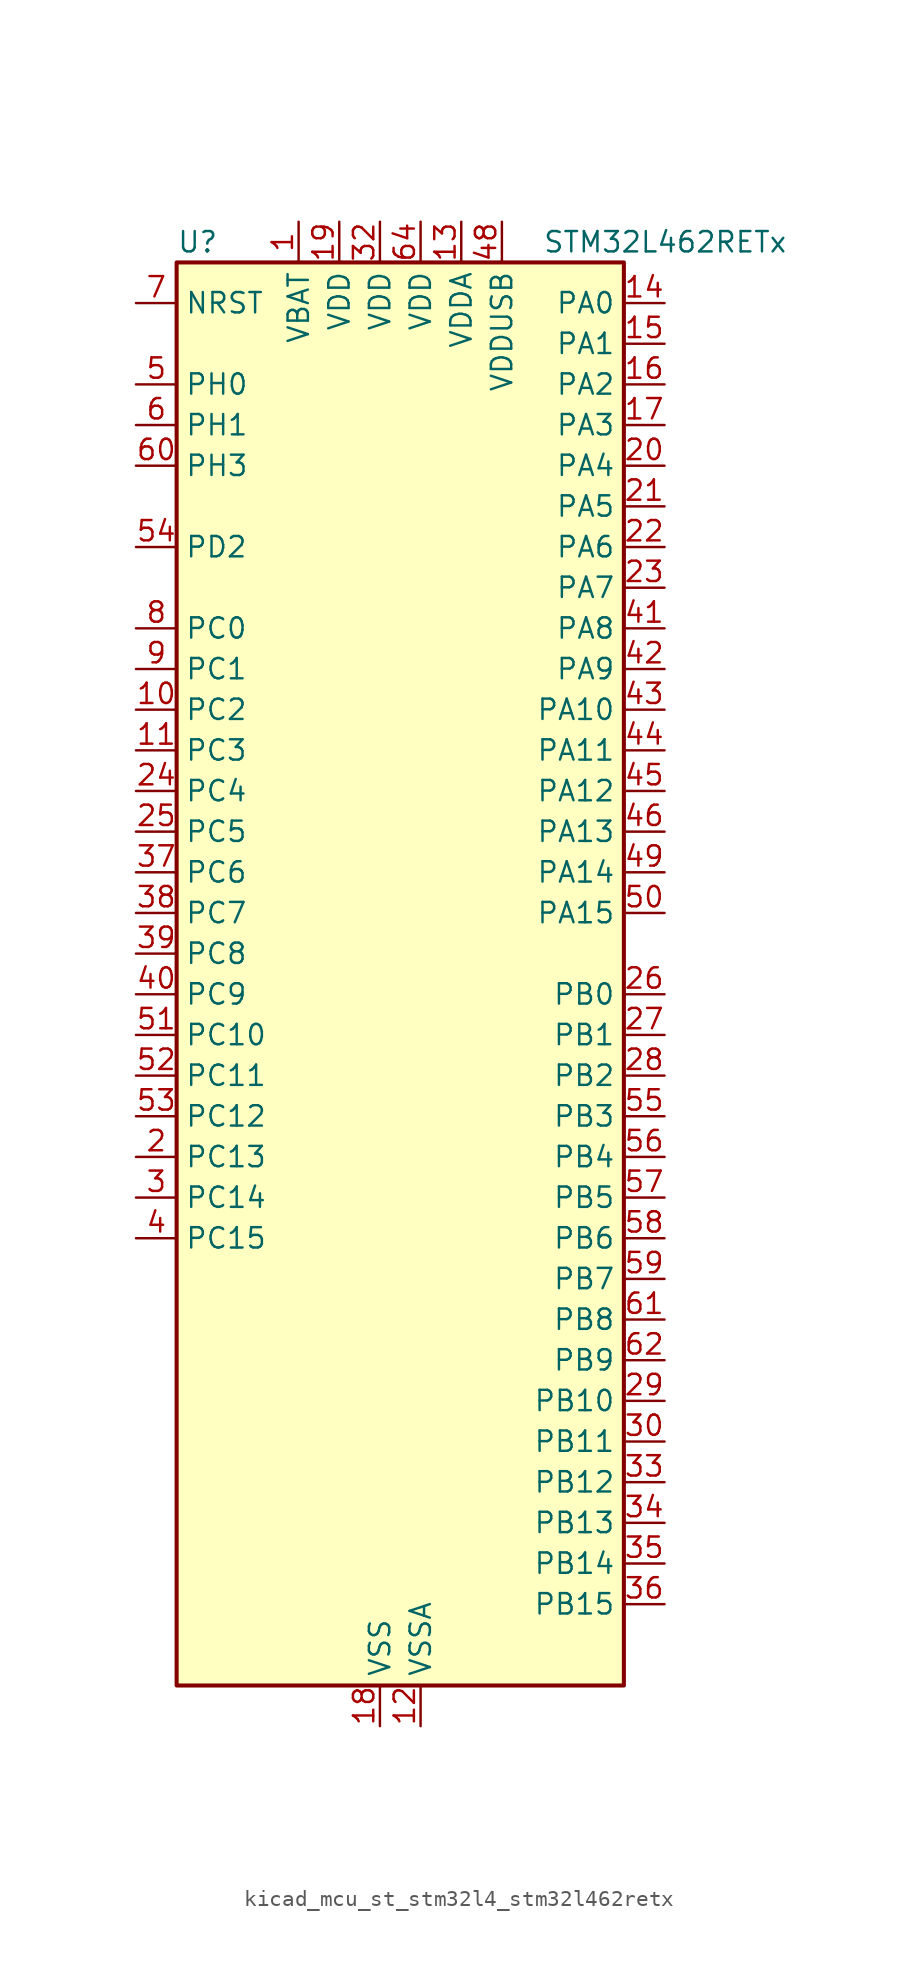
<source format=kicad_sym>
(kicad_symbol_lib
  (version 20220914)
  (generator kicad_symbol_editor)
  (symbol "kicad_mcu_st_stm32l4_stm32l462retx"
    (property "Reference" "U"
      (at -12.7 46.99 0)
      (effects (font (size 1.27 1.27)) (justify left)))
    (property "Value" "STM32L462RETx"
      (at 10.16 46.99 0)
      (effects (font (size 1.27 1.27)) (justify left)))
    (property "ki_locked" ""
      (at 0 0 0)
      (effects (font (size 1.27 1.27))))
    (symbol "kicad_mcu_st_stm32l4_stm32l462retx_0_1"
      (rectangle (start -12.7 -43.18) (end 15.24 45.72) (stroke (width 0.254) (type default)) (fill (type background))))
    (symbol "kicad_mcu_st_stm32l4_stm32l462retx_1_1"
      (pin power_in line (at -5.08 48.26 270) (length 2.54) (name "VBAT" (effects (font (size 1.27 1.27)))) (number "1" (effects (font (size 1.27 1.27)))))
      (pin bidirectional line (at -15.24 17.78 0) (length 2.54) (name "PC2" (effects (font (size 1.27 1.27)))) (number "10" (effects (font (size 1.27 1.27)))) (alternate "ADC1_IN3" bidirectional line) (alternate "DFSDM1_CKOUT" bidirectional line) (alternate "LPTIM1_IN2" bidirectional line) (alternate "SPI2_MISO" bidirectional line))
      (pin bidirectional line (at -15.24 15.24 0) (length 2.54) (name "PC3" (effects (font (size 1.27 1.27)))) (number "11" (effects (font (size 1.27 1.27)))) (alternate "ADC1_IN4" bidirectional line) (alternate "LPTIM1_ETR" bidirectional line) (alternate "LPTIM2_ETR" bidirectional line) (alternate "SAI1_SD_A" bidirectional line) (alternate "SPI2_MOSI" bidirectional line))
      (pin power_in line (at 2.54 -45.72 90) (length 2.54) (name "VSSA" (effects (font (size 1.27 1.27)))) (number "12" (effects (font (size 1.27 1.27)))))
      (pin power_in line (at 5.08 48.26 270) (length 2.54) (name "VDDA" (effects (font (size 1.27 1.27)))) (number "13" (effects (font (size 1.27 1.27)))))
      (pin bidirectional line (at 17.78 43.18 180) (length 2.54) (name "PA0" (effects (font (size 1.27 1.27)))) (number "14" (effects (font (size 1.27 1.27)))) (alternate "ADC1_IN5" bidirectional line) (alternate "COMP1_INM" bidirectional line) (alternate "COMP1_OUT" bidirectional line) (alternate "OPAMP1_VINP" bidirectional line) (alternate "RTC_TAMP2" bidirectional line) (alternate "SAI1_EXTCLK" bidirectional line) (alternate "SYS_WKUP1" bidirectional line) (alternate "TIM2_CH1" bidirectional line) (alternate "TIM2_ETR" bidirectional line) (alternate "UART4_TX" bidirectional line) (alternate "USART2_CTS" bidirectional line))
      (pin bidirectional line (at 17.78 40.64 180) (length 2.54) (name "PA1" (effects (font (size 1.27 1.27)))) (number "15" (effects (font (size 1.27 1.27)))) (alternate "ADC1_IN6" bidirectional line) (alternate "COMP1_INP" bidirectional line) (alternate "I2C1_SMBA" bidirectional line) (alternate "OPAMP1_VINM" bidirectional line) (alternate "SPI1_SCK" bidirectional line) (alternate "TIM15_CH1N" bidirectional line) (alternate "TIM2_CH2" bidirectional line) (alternate "UART4_RX" bidirectional line) (alternate "USART2_DE" bidirectional line) (alternate "USART2_RTS" bidirectional line))
      (pin bidirectional line (at 17.78 38.1 180) (length 2.54) (name "PA2" (effects (font (size 1.27 1.27)))) (number "16" (effects (font (size 1.27 1.27)))) (alternate "ADC1_IN7" bidirectional line) (alternate "COMP2_INM" bidirectional line) (alternate "COMP2_OUT" bidirectional line) (alternate "LPUART1_TX" bidirectional line) (alternate "QUADSPI_BK1_NCS" bidirectional line) (alternate "RCC_LSCO" bidirectional line) (alternate "SYS_WKUP4" bidirectional line) (alternate "TIM15_CH1" bidirectional line) (alternate "TIM2_CH3" bidirectional line) (alternate "USART2_TX" bidirectional line))
      (pin bidirectional line (at 17.78 35.56 180) (length 2.54) (name "PA3" (effects (font (size 1.27 1.27)))) (number "17" (effects (font (size 1.27 1.27)))) (alternate "ADC1_IN8" bidirectional line) (alternate "COMP2_INP" bidirectional line) (alternate "LPUART1_RX" bidirectional line) (alternate "OPAMP1_VOUT" bidirectional line) (alternate "QUADSPI_CLK" bidirectional line) (alternate "SAI1_MCLK_A" bidirectional line) (alternate "TIM15_CH2" bidirectional line) (alternate "TIM2_CH4" bidirectional line) (alternate "USART2_RX" bidirectional line))
      (pin power_in line (at 0 -45.72 90) (length 2.54) (name "VSS" (effects (font (size 1.27 1.27)))) (number "18" (effects (font (size 1.27 1.27)))))
      (pin power_in line (at -2.54 48.26 270) (length 2.54) (name "VDD" (effects (font (size 1.27 1.27)))) (number "19" (effects (font (size 1.27 1.27)))))
      (pin bidirectional line (at -15.24 -10.16 0) (length 2.54) (name "PC13" (effects (font (size 1.27 1.27)))) (number "2" (effects (font (size 1.27 1.27)))) (alternate "RTC_OUT_ALARM" bidirectional line) (alternate "RTC_OUT_CALIB" bidirectional line) (alternate "RTC_TAMP1" bidirectional line) (alternate "RTC_TS" bidirectional line) (alternate "SYS_WKUP2" bidirectional line))
      (pin bidirectional line (at 17.78 33.02 180) (length 2.54) (name "PA4" (effects (font (size 1.27 1.27)))) (number "20" (effects (font (size 1.27 1.27)))) (alternate "ADC1_IN9" bidirectional line) (alternate "COMP1_INM" bidirectional line) (alternate "COMP2_INM" bidirectional line) (alternate "DAC1_OUT1" bidirectional line) (alternate "LPTIM2_OUT" bidirectional line) (alternate "SAI1_FS_B" bidirectional line) (alternate "SPI1_NSS" bidirectional line) (alternate "SPI3_NSS" bidirectional line) (alternate "USART2_CK" bidirectional line))
      (pin bidirectional line (at 17.78 30.48 180) (length 2.54) (name "PA5" (effects (font (size 1.27 1.27)))) (number "21" (effects (font (size 1.27 1.27)))) (alternate "ADC1_IN10" bidirectional line) (alternate "COMP1_INM" bidirectional line) (alternate "COMP2_INM" bidirectional line) (alternate "DFSDM1_CKOUT" bidirectional line) (alternate "LPTIM2_ETR" bidirectional line) (alternate "SPI1_SCK" bidirectional line) (alternate "TIM2_CH1" bidirectional line) (alternate "TIM2_ETR" bidirectional line))
      (pin bidirectional line (at 17.78 27.94 180) (length 2.54) (name "PA6" (effects (font (size 1.27 1.27)))) (number "22" (effects (font (size 1.27 1.27)))) (alternate "ADC1_IN11" bidirectional line) (alternate "COMP1_OUT" bidirectional line) (alternate "LPUART1_CTS" bidirectional line) (alternate "QUADSPI_BK1_IO3" bidirectional line) (alternate "SPI1_MISO" bidirectional line) (alternate "TIM16_CH1" bidirectional line) (alternate "TIM1_BKIN" bidirectional line) (alternate "TIM1_BKIN_COMP2" bidirectional line) (alternate "TIM3_CH1" bidirectional line) (alternate "USART3_CTS" bidirectional line))
      (pin bidirectional line (at 17.78 25.4 180) (length 2.54) (name "PA7" (effects (font (size 1.27 1.27)))) (number "23" (effects (font (size 1.27 1.27)))) (alternate "ADC1_IN12" bidirectional line) (alternate "COMP2_OUT" bidirectional line) (alternate "DFSDM1_DATIN0" bidirectional line) (alternate "I2C3_SCL" bidirectional line) (alternate "QUADSPI_BK1_IO2" bidirectional line) (alternate "SPI1_MOSI" bidirectional line) (alternate "TIM1_CH1N" bidirectional line) (alternate "TIM3_CH2" bidirectional line))
      (pin bidirectional line (at -15.24 12.7 0) (length 2.54) (name "PC4" (effects (font (size 1.27 1.27)))) (number "24" (effects (font (size 1.27 1.27)))) (alternate "ADC1_IN13" bidirectional line) (alternate "COMP1_INM" bidirectional line) (alternate "USART3_TX" bidirectional line))
      (pin bidirectional line (at -15.24 10.16 0) (length 2.54) (name "PC5" (effects (font (size 1.27 1.27)))) (number "25" (effects (font (size 1.27 1.27)))) (alternate "ADC1_IN14" bidirectional line) (alternate "COMP1_INP" bidirectional line) (alternate "SYS_WKUP5" bidirectional line) (alternate "USART3_RX" bidirectional line))
      (pin bidirectional line (at 17.78 0 180) (length 2.54) (name "PB0" (effects (font (size 1.27 1.27)))) (number "26" (effects (font (size 1.27 1.27)))) (alternate "ADC1_IN15" bidirectional line) (alternate "COMP1_OUT" bidirectional line) (alternate "DFSDM1_CKIN0" bidirectional line) (alternate "QUADSPI_BK1_IO1" bidirectional line) (alternate "SAI1_EXTCLK" bidirectional line) (alternate "SPI1_NSS" bidirectional line) (alternate "TIM1_CH2N" bidirectional line) (alternate "TIM3_CH3" bidirectional line) (alternate "USART3_CK" bidirectional line))
      (pin bidirectional line (at 17.78 -2.54 180) (length 2.54) (name "PB1" (effects (font (size 1.27 1.27)))) (number "27" (effects (font (size 1.27 1.27)))) (alternate "ADC1_IN16" bidirectional line) (alternate "COMP1_INM" bidirectional line) (alternate "DFSDM1_DATIN0" bidirectional line) (alternate "LPTIM2_IN1" bidirectional line) (alternate "LPUART1_DE" bidirectional line) (alternate "LPUART1_RTS" bidirectional line) (alternate "QUADSPI_BK1_IO0" bidirectional line) (alternate "TIM1_CH3N" bidirectional line) (alternate "TIM3_CH4" bidirectional line) (alternate "USART3_DE" bidirectional line) (alternate "USART3_RTS" bidirectional line))
      (pin bidirectional line (at 17.78 -5.08 180) (length 2.54) (name "PB2" (effects (font (size 1.27 1.27)))) (number "28" (effects (font (size 1.27 1.27)))) (alternate "COMP1_INP" bidirectional line) (alternate "DFSDM1_CKIN0" bidirectional line) (alternate "I2C3_SMBA" bidirectional line) (alternate "LPTIM1_OUT" bidirectional line) (alternate "RTC_OUT_ALARM" bidirectional line) (alternate "RTC_OUT_CALIB" bidirectional line))
      (pin bidirectional line (at 17.78 -25.4 180) (length 2.54) (name "PB10" (effects (font (size 1.27 1.27)))) (number "29" (effects (font (size 1.27 1.27)))) (alternate "COMP1_OUT" bidirectional line) (alternate "I2C2_SCL" bidirectional line) (alternate "I2C4_SCL" bidirectional line) (alternate "LPUART1_RX" bidirectional line) (alternate "QUADSPI_CLK" bidirectional line) (alternate "SAI1_SCK_A" bidirectional line) (alternate "SPI2_SCK" bidirectional line) (alternate "TIM2_CH3" bidirectional line) (alternate "TSC_SYNC" bidirectional line) (alternate "USART3_TX" bidirectional line))
      (pin bidirectional line (at -15.24 -12.7 0) (length 2.54) (name "PC14" (effects (font (size 1.27 1.27)))) (number "3" (effects (font (size 1.27 1.27)))) (alternate "RCC_OSC32_IN" bidirectional line))
      (pin bidirectional line (at 17.78 -27.94 180) (length 2.54) (name "PB11" (effects (font (size 1.27 1.27)))) (number "30" (effects (font (size 1.27 1.27)))) (alternate "ADC1_EXTI11" bidirectional line) (alternate "COMP2_OUT" bidirectional line) (alternate "I2C2_SDA" bidirectional line) (alternate "I2C4_SDA" bidirectional line) (alternate "LPUART1_TX" bidirectional line) (alternate "QUADSPI_BK1_NCS" bidirectional line) (alternate "TIM2_CH4" bidirectional line) (alternate "USART3_RX" bidirectional line))
      (pin passive line (at 0 -45.72 90) (length 2.54) hide (name "VSS" (effects (font (size 1.27 1.27)))) (number "31" (effects (font (size 1.27 1.27)))))
      (pin power_in line (at 0 48.26 270) (length 2.54) (name "VDD" (effects (font (size 1.27 1.27)))) (number "32" (effects (font (size 1.27 1.27)))))
      (pin bidirectional line (at 17.78 -30.48 180) (length 2.54) (name "PB12" (effects (font (size 1.27 1.27)))) (number "33" (effects (font (size 1.27 1.27)))) (alternate "CAN1_RX" bidirectional line) (alternate "DFSDM1_DATIN1" bidirectional line) (alternate "I2C2_SMBA" bidirectional line) (alternate "LPUART1_DE" bidirectional line) (alternate "LPUART1_RTS" bidirectional line) (alternate "SAI1_FS_A" bidirectional line) (alternate "SPI2_NSS" bidirectional line) (alternate "TIM15_BKIN" bidirectional line) (alternate "TIM1_BKIN" bidirectional line) (alternate "TIM1_BKIN_COMP2" bidirectional line) (alternate "TSC_G1_IO1" bidirectional line) (alternate "USART3_CK" bidirectional line))
      (pin bidirectional line (at 17.78 -33.02 180) (length 2.54) (name "PB13" (effects (font (size 1.27 1.27)))) (number "34" (effects (font (size 1.27 1.27)))) (alternate "CAN1_TX" bidirectional line) (alternate "DFSDM1_CKIN1" bidirectional line) (alternate "I2C2_SCL" bidirectional line) (alternate "LPUART1_CTS" bidirectional line) (alternate "SAI1_SCK_A" bidirectional line) (alternate "SPI2_SCK" bidirectional line) (alternate "TIM15_CH1N" bidirectional line) (alternate "TIM1_CH1N" bidirectional line) (alternate "TSC_G1_IO2" bidirectional line) (alternate "USART3_CTS" bidirectional line))
      (pin bidirectional line (at 17.78 -35.56 180) (length 2.54) (name "PB14" (effects (font (size 1.27 1.27)))) (number "35" (effects (font (size 1.27 1.27)))) (alternate "DFSDM1_DATIN2" bidirectional line) (alternate "I2C2_SDA" bidirectional line) (alternate "SAI1_MCLK_A" bidirectional line) (alternate "SPI2_MISO" bidirectional line) (alternate "TIM15_CH1" bidirectional line) (alternate "TIM1_CH2N" bidirectional line) (alternate "TSC_G1_IO3" bidirectional line) (alternate "USART3_DE" bidirectional line) (alternate "USART3_RTS" bidirectional line))
      (pin bidirectional line (at 17.78 -38.1 180) (length 2.54) (name "PB15" (effects (font (size 1.27 1.27)))) (number "36" (effects (font (size 1.27 1.27)))) (alternate "ADC1_EXTI15" bidirectional line) (alternate "DFSDM1_CKIN2" bidirectional line) (alternate "RTC_REFIN" bidirectional line) (alternate "SAI1_SD_A" bidirectional line) (alternate "SPI2_MOSI" bidirectional line) (alternate "TIM15_CH2" bidirectional line) (alternate "TIM1_CH3N" bidirectional line) (alternate "TSC_G1_IO4" bidirectional line))
      (pin bidirectional line (at -15.24 7.62 0) (length 2.54) (name "PC6" (effects (font (size 1.27 1.27)))) (number "37" (effects (font (size 1.27 1.27)))) (alternate "DFSDM1_CKIN3" bidirectional line) (alternate "SDMMC1_D6" bidirectional line) (alternate "TIM3_CH1" bidirectional line) (alternate "TSC_G4_IO1" bidirectional line))
      (pin bidirectional line (at -15.24 5.08 0) (length 2.54) (name "PC7" (effects (font (size 1.27 1.27)))) (number "38" (effects (font (size 1.27 1.27)))) (alternate "DFSDM1_DATIN3" bidirectional line) (alternate "SDMMC1_D7" bidirectional line) (alternate "TIM3_CH2" bidirectional line) (alternate "TSC_G4_IO2" bidirectional line))
      (pin bidirectional line (at -15.24 2.54 0) (length 2.54) (name "PC8" (effects (font (size 1.27 1.27)))) (number "39" (effects (font (size 1.27 1.27)))) (alternate "SDMMC1_D0" bidirectional line) (alternate "TIM3_CH3" bidirectional line) (alternate "TSC_G4_IO3" bidirectional line))
      (pin bidirectional line (at -15.24 -15.24 0) (length 2.54) (name "PC15" (effects (font (size 1.27 1.27)))) (number "4" (effects (font (size 1.27 1.27)))) (alternate "ADC1_EXTI15" bidirectional line) (alternate "RCC_OSC32_OUT" bidirectional line))
      (pin bidirectional line (at -15.24 0 0) (length 2.54) (name "PC9" (effects (font (size 1.27 1.27)))) (number "40" (effects (font (size 1.27 1.27)))) (alternate "DAC1_EXTI9" bidirectional line) (alternate "SDMMC1_D1" bidirectional line) (alternate "TIM3_CH4" bidirectional line) (alternate "TSC_G4_IO4" bidirectional line) (alternate "USB_NOE" bidirectional line))
      (pin bidirectional line (at 17.78 22.86 180) (length 2.54) (name "PA8" (effects (font (size 1.27 1.27)))) (number "41" (effects (font (size 1.27 1.27)))) (alternate "DFSDM1_CKIN1" bidirectional line) (alternate "LPTIM2_OUT" bidirectional line) (alternate "RCC_MCO" bidirectional line) (alternate "SAI1_SCK_A" bidirectional line) (alternate "TIM1_CH1" bidirectional line) (alternate "USART1_CK" bidirectional line))
      (pin bidirectional line (at 17.78 20.32 180) (length 2.54) (name "PA9" (effects (font (size 1.27 1.27)))) (number "42" (effects (font (size 1.27 1.27)))) (alternate "DAC1_EXTI9" bidirectional line) (alternate "DFSDM1_DATIN1" bidirectional line) (alternate "I2C1_SCL" bidirectional line) (alternate "SAI1_FS_A" bidirectional line) (alternate "TIM15_BKIN" bidirectional line) (alternate "TIM1_CH2" bidirectional line) (alternate "USART1_TX" bidirectional line))
      (pin bidirectional line (at 17.78 17.78 180) (length 2.54) (name "PA10" (effects (font (size 1.27 1.27)))) (number "43" (effects (font (size 1.27 1.27)))) (alternate "CRS_SYNC" bidirectional line) (alternate "I2C1_SDA" bidirectional line) (alternate "SAI1_SD_A" bidirectional line) (alternate "TIM1_CH3" bidirectional line) (alternate "USART1_RX" bidirectional line))
      (pin bidirectional line (at 17.78 15.24 180) (length 2.54) (name "PA11" (effects (font (size 1.27 1.27)))) (number "44" (effects (font (size 1.27 1.27)))) (alternate "ADC1_EXTI11" bidirectional line) (alternate "CAN1_RX" bidirectional line) (alternate "COMP1_OUT" bidirectional line) (alternate "SPI1_MISO" bidirectional line) (alternate "TIM1_BKIN2" bidirectional line) (alternate "TIM1_BKIN2_COMP1" bidirectional line) (alternate "TIM1_CH4" bidirectional line) (alternate "USART1_CTS" bidirectional line) (alternate "USB_DM" bidirectional line))
      (pin bidirectional line (at 17.78 12.7 180) (length 2.54) (name "PA12" (effects (font (size 1.27 1.27)))) (number "45" (effects (font (size 1.27 1.27)))) (alternate "CAN1_TX" bidirectional line) (alternate "SPI1_MOSI" bidirectional line) (alternate "TIM1_ETR" bidirectional line) (alternate "USART1_DE" bidirectional line) (alternate "USART1_RTS" bidirectional line) (alternate "USB_DP" bidirectional line))
      (pin bidirectional line (at 17.78 10.16 180) (length 2.54) (name "PA13" (effects (font (size 1.27 1.27)))) (number "46" (effects (font (size 1.27 1.27)))) (alternate "IR_OUT" bidirectional line) (alternate "SAI1_SD_B" bidirectional line) (alternate "SYS_JTMS-SWDIO" bidirectional line) (alternate "USB_NOE" bidirectional line))
      (pin passive line (at 0 -45.72 90) (length 2.54) hide (name "VSS" (effects (font (size 1.27 1.27)))) (number "47" (effects (font (size 1.27 1.27)))))
      (pin power_in line (at 7.62 48.26 270) (length 2.54) (name "VDDUSB" (effects (font (size 1.27 1.27)))) (number "48" (effects (font (size 1.27 1.27)))))
      (pin bidirectional line (at 17.78 7.62 180) (length 2.54) (name "PA14" (effects (font (size 1.27 1.27)))) (number "49" (effects (font (size 1.27 1.27)))) (alternate "I2C1_SMBA" bidirectional line) (alternate "I2C4_SMBA" bidirectional line) (alternate "LPTIM1_OUT" bidirectional line) (alternate "SAI1_FS_B" bidirectional line) (alternate "SYS_JTCK-SWCLK" bidirectional line))
      (pin bidirectional line (at -15.24 38.1 0) (length 2.54) (name "PH0" (effects (font (size 1.27 1.27)))) (number "5" (effects (font (size 1.27 1.27)))) (alternate "RCC_OSC_IN" bidirectional line))
      (pin bidirectional line (at 17.78 5.08 180) (length 2.54) (name "PA15" (effects (font (size 1.27 1.27)))) (number "50" (effects (font (size 1.27 1.27)))) (alternate "ADC1_EXTI15" bidirectional line) (alternate "SPI1_NSS" bidirectional line) (alternate "SPI3_NSS" bidirectional line) (alternate "SYS_JTDI" bidirectional line) (alternate "TIM2_CH1" bidirectional line) (alternate "TIM2_ETR" bidirectional line) (alternate "TSC_G3_IO1" bidirectional line) (alternate "UART4_DE" bidirectional line) (alternate "UART4_RTS" bidirectional line) (alternate "USART2_RX" bidirectional line) (alternate "USART3_DE" bidirectional line) (alternate "USART3_RTS" bidirectional line))
      (pin bidirectional line (at -15.24 -2.54 0) (length 2.54) (name "PC10" (effects (font (size 1.27 1.27)))) (number "51" (effects (font (size 1.27 1.27)))) (alternate "SDMMC1_D2" bidirectional line) (alternate "SPI3_SCK" bidirectional line) (alternate "SYS_TRACED1" bidirectional line) (alternate "TSC_G3_IO2" bidirectional line) (alternate "UART4_TX" bidirectional line) (alternate "USART3_TX" bidirectional line))
      (pin bidirectional line (at -15.24 -5.08 0) (length 2.54) (name "PC11" (effects (font (size 1.27 1.27)))) (number "52" (effects (font (size 1.27 1.27)))) (alternate "ADC1_EXTI11" bidirectional line) (alternate "SDMMC1_D3" bidirectional line) (alternate "SPI3_MISO" bidirectional line) (alternate "TSC_G3_IO3" bidirectional line) (alternate "UART4_RX" bidirectional line) (alternate "USART3_RX" bidirectional line))
      (pin bidirectional line (at -15.24 -7.62 0) (length 2.54) (name "PC12" (effects (font (size 1.27 1.27)))) (number "53" (effects (font (size 1.27 1.27)))) (alternate "SDMMC1_CK" bidirectional line) (alternate "SPI3_MOSI" bidirectional line) (alternate "SYS_TRACED3" bidirectional line) (alternate "TSC_G3_IO4" bidirectional line) (alternate "USART3_CK" bidirectional line))
      (pin bidirectional line (at -15.24 27.94 0) (length 2.54) (name "PD2" (effects (font (size 1.27 1.27)))) (number "54" (effects (font (size 1.27 1.27)))) (alternate "SDMMC1_CMD" bidirectional line) (alternate "SYS_TRACED2" bidirectional line) (alternate "TIM3_ETR" bidirectional line) (alternate "TSC_SYNC" bidirectional line) (alternate "USART3_DE" bidirectional line) (alternate "USART3_RTS" bidirectional line))
      (pin bidirectional line (at 17.78 -7.62 180) (length 2.54) (name "PB3" (effects (font (size 1.27 1.27)))) (number "55" (effects (font (size 1.27 1.27)))) (alternate "COMP2_INM" bidirectional line) (alternate "SAI1_SCK_B" bidirectional line) (alternate "SPI1_SCK" bidirectional line) (alternate "SPI3_SCK" bidirectional line) (alternate "SYS_JTDO-SWO" bidirectional line) (alternate "TIM2_CH2" bidirectional line) (alternate "USART1_DE" bidirectional line) (alternate "USART1_RTS" bidirectional line))
      (pin bidirectional line (at 17.78 -10.16 180) (length 2.54) (name "PB4" (effects (font (size 1.27 1.27)))) (number "56" (effects (font (size 1.27 1.27)))) (alternate "COMP2_INP" bidirectional line) (alternate "I2C3_SDA" bidirectional line) (alternate "SAI1_MCLK_B" bidirectional line) (alternate "SPI1_MISO" bidirectional line) (alternate "SPI3_MISO" bidirectional line) (alternate "SYS_JTRST" bidirectional line) (alternate "TIM3_CH1" bidirectional line) (alternate "TSC_G2_IO1" bidirectional line) (alternate "USART1_CTS" bidirectional line))
      (pin bidirectional line (at 17.78 -12.7 180) (length 2.54) (name "PB5" (effects (font (size 1.27 1.27)))) (number "57" (effects (font (size 1.27 1.27)))) (alternate "CAN1_RX" bidirectional line) (alternate "COMP2_OUT" bidirectional line) (alternate "I2C1_SMBA" bidirectional line) (alternate "LPTIM1_IN1" bidirectional line) (alternate "SAI1_SD_B" bidirectional line) (alternate "SPI1_MOSI" bidirectional line) (alternate "SPI3_MOSI" bidirectional line) (alternate "TIM16_BKIN" bidirectional line) (alternate "TIM3_CH2" bidirectional line) (alternate "TSC_G2_IO2" bidirectional line) (alternate "USART1_CK" bidirectional line))
      (pin bidirectional line (at 17.78 -15.24 180) (length 2.54) (name "PB6" (effects (font (size 1.27 1.27)))) (number "58" (effects (font (size 1.27 1.27)))) (alternate "CAN1_TX" bidirectional line) (alternate "COMP2_INP" bidirectional line) (alternate "I2C1_SCL" bidirectional line) (alternate "I2C4_SCL" bidirectional line) (alternate "LPTIM1_ETR" bidirectional line) (alternate "SAI1_FS_B" bidirectional line) (alternate "TIM16_CH1N" bidirectional line) (alternate "TSC_G2_IO3" bidirectional line) (alternate "USART1_TX" bidirectional line))
      (pin bidirectional line (at 17.78 -17.78 180) (length 2.54) (name "PB7" (effects (font (size 1.27 1.27)))) (number "59" (effects (font (size 1.27 1.27)))) (alternate "COMP2_INM" bidirectional line) (alternate "I2C1_SDA" bidirectional line) (alternate "I2C4_SDA" bidirectional line) (alternate "LPTIM1_IN2" bidirectional line) (alternate "SYS_PVD_IN" bidirectional line) (alternate "TSC_G2_IO4" bidirectional line) (alternate "UART4_CTS" bidirectional line) (alternate "USART1_RX" bidirectional line))
      (pin bidirectional line (at -15.24 35.56 0) (length 2.54) (name "PH1" (effects (font (size 1.27 1.27)))) (number "6" (effects (font (size 1.27 1.27)))) (alternate "RCC_OSC_OUT" bidirectional line))
      (pin bidirectional line (at -15.24 33.02 0) (length 2.54) (name "PH3" (effects (font (size 1.27 1.27)))) (number "60" (effects (font (size 1.27 1.27)))))
      (pin bidirectional line (at 17.78 -20.32 180) (length 2.54) (name "PB8" (effects (font (size 1.27 1.27)))) (number "61" (effects (font (size 1.27 1.27)))) (alternate "CAN1_RX" bidirectional line) (alternate "I2C1_SCL" bidirectional line) (alternate "SAI1_MCLK_A" bidirectional line) (alternate "SDMMC1_D4" bidirectional line) (alternate "TIM16_CH1" bidirectional line))
      (pin bidirectional line (at 17.78 -22.86 180) (length 2.54) (name "PB9" (effects (font (size 1.27 1.27)))) (number "62" (effects (font (size 1.27 1.27)))) (alternate "CAN1_TX" bidirectional line) (alternate "DAC1_EXTI9" bidirectional line) (alternate "I2C1_SDA" bidirectional line) (alternate "IR_OUT" bidirectional line) (alternate "SAI1_FS_A" bidirectional line) (alternate "SDMMC1_D5" bidirectional line) (alternate "SPI2_NSS" bidirectional line))
      (pin passive line (at 0 -45.72 90) (length 2.54) hide (name "VSS" (effects (font (size 1.27 1.27)))) (number "63" (effects (font (size 1.27 1.27)))))
      (pin power_in line (at 2.54 48.26 270) (length 2.54) (name "VDD" (effects (font (size 1.27 1.27)))) (number "64" (effects (font (size 1.27 1.27)))))
      (pin input line (at -15.24 43.18 0) (length 2.54) (name "NRST" (effects (font (size 1.27 1.27)))) (number "7" (effects (font (size 1.27 1.27)))))
      (pin bidirectional line (at -15.24 22.86 0) (length 2.54) (name "PC0" (effects (font (size 1.27 1.27)))) (number "8" (effects (font (size 1.27 1.27)))) (alternate "ADC1_IN1" bidirectional line) (alternate "I2C3_SCL" bidirectional line) (alternate "I2C4_SCL" bidirectional line) (alternate "LPTIM1_IN1" bidirectional line) (alternate "LPTIM2_IN1" bidirectional line) (alternate "LPUART1_RX" bidirectional line))
      (pin bidirectional line (at -15.24 20.32 0) (length 2.54) (name "PC1" (effects (font (size 1.27 1.27)))) (number "9" (effects (font (size 1.27 1.27)))) (alternate "ADC1_IN2" bidirectional line) (alternate "I2C3_SDA" bidirectional line) (alternate "I2C4_SDA" bidirectional line) (alternate "LPTIM1_OUT" bidirectional line) (alternate "LPUART1_TX" bidirectional line) (alternate "SYS_TRACED0" bidirectional line)))))
</source>
